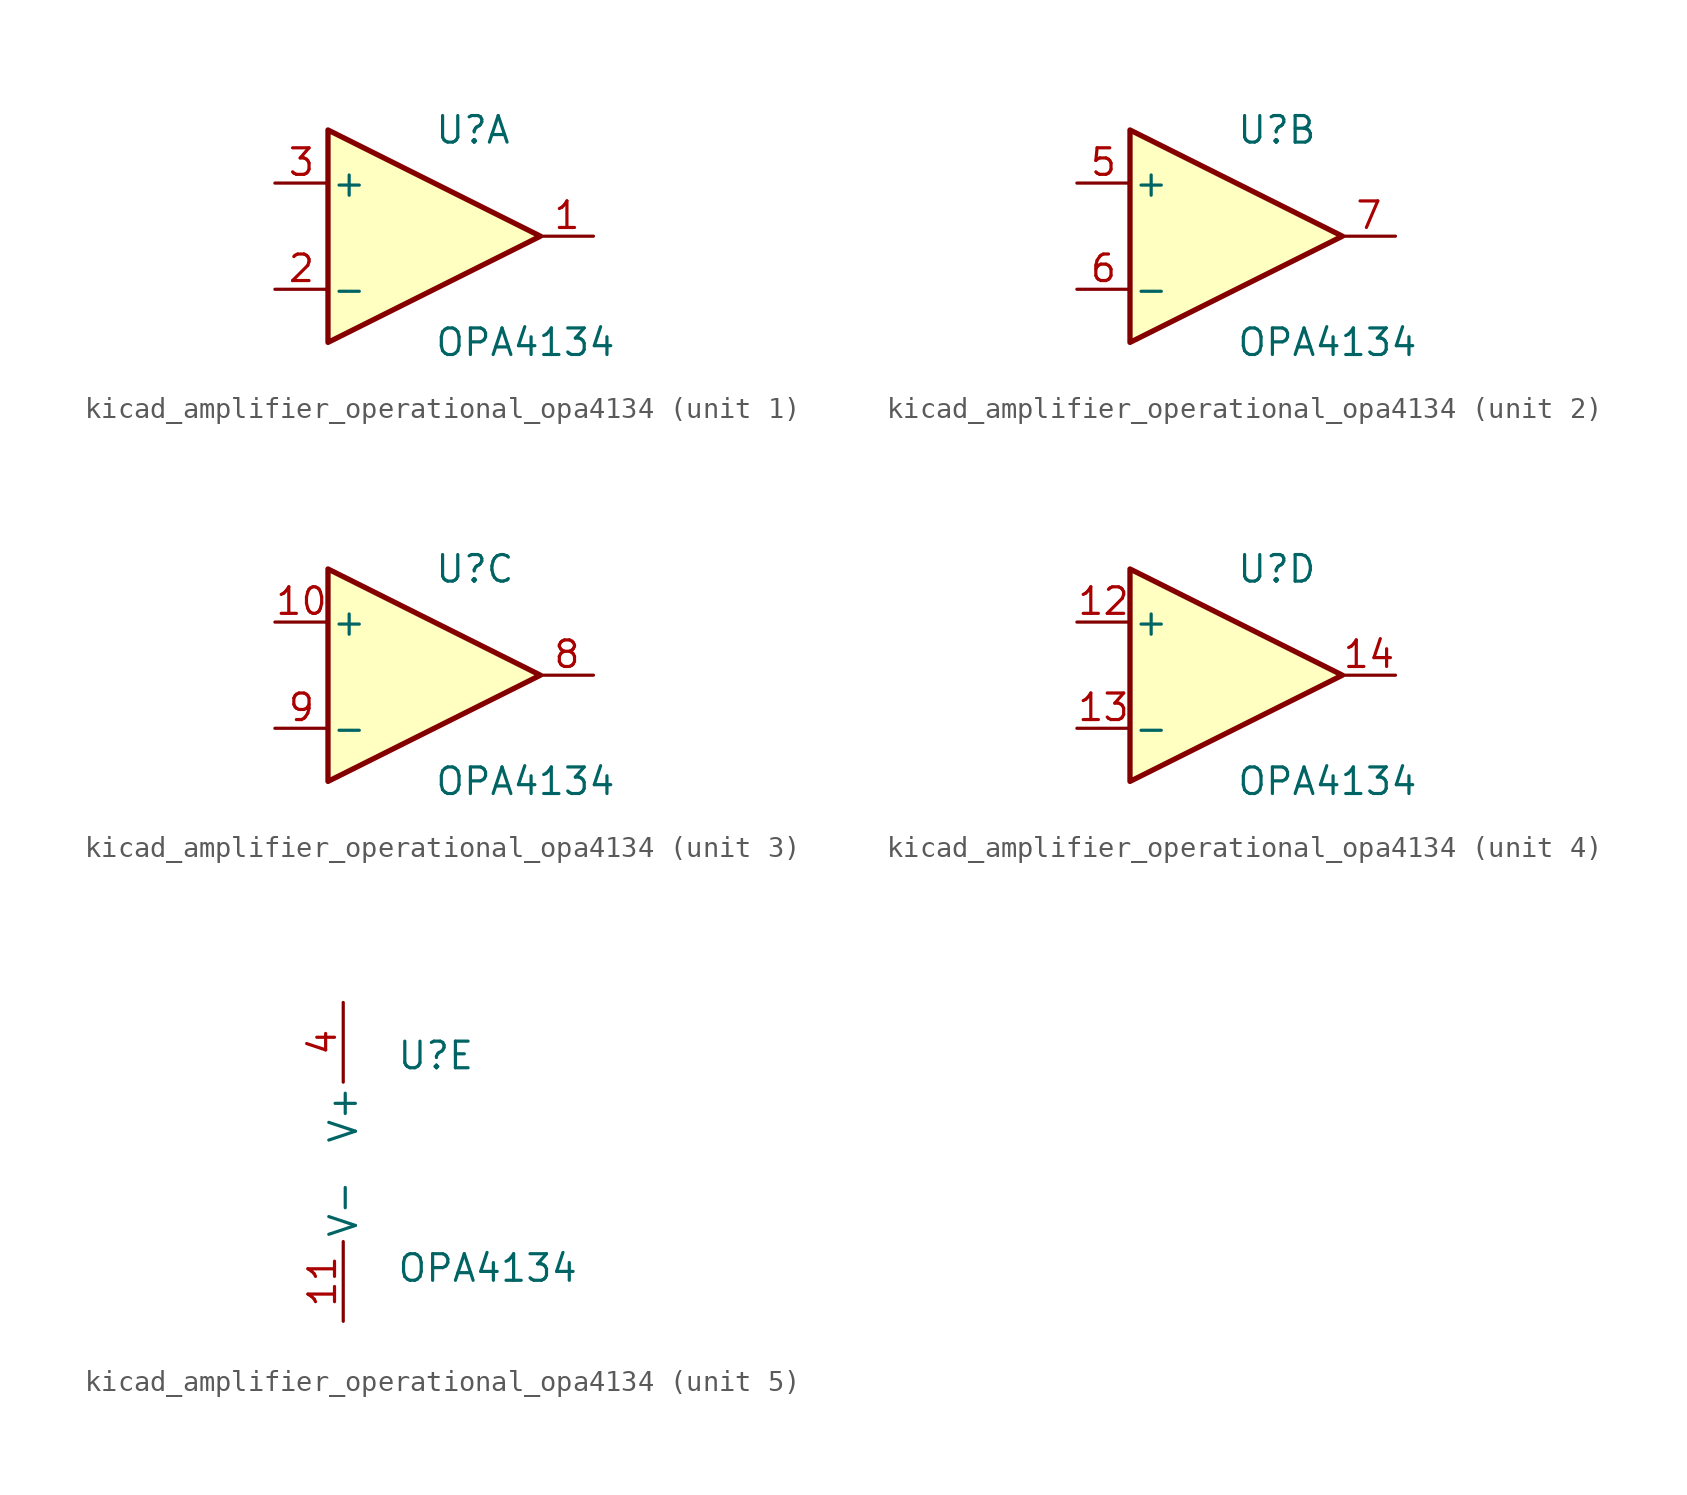
<source format=kicad_sym>
(kicad_symbol_lib
  (version 20220914)
  (generator kicad_symbol_editor)
  (symbol "kicad_amplifier_operational_opa4134"
    (pin_names
      (offset 0.127))
    (property "Reference" "U"
      (at 0 5.08 0)
      (effects (font (size 1.27 1.27)) (justify left)))
    (property "Value" "OPA4134"
      (at 0 -5.08 0)
      (effects (font (size 1.27 1.27)) (justify left)))
    (property "ki_locked" ""
      (at 0 0 0)
      (effects (font (size 1.27 1.27))))
    (symbol "kicad_amplifier_operational_opa4134_1_1"
      (polyline (pts (xy -5.08 5.08) (xy 5.08 0) (xy -5.08 -5.08) (xy -5.08 5.08)) (stroke (width 0.254) (type default)) (fill (type background)))
      (pin output line (at 7.62 0 180) (length 2.54) (name "~" (effects (font (size 1.27 1.27)))) (number "1" (effects (font (size 1.27 1.27)))))
      (pin input line (at -7.62 -2.54 0) (length 2.54) (name "-" (effects (font (size 1.27 1.27)))) (number "2" (effects (font (size 1.27 1.27)))))
      (pin input line (at -7.62 2.54 0) (length 2.54) (name "+" (effects (font (size 1.27 1.27)))) (number "3" (effects (font (size 1.27 1.27))))))
    (symbol "kicad_amplifier_operational_opa4134_2_1"
      (polyline (pts (xy -5.08 5.08) (xy 5.08 0) (xy -5.08 -5.08) (xy -5.08 5.08)) (stroke (width 0.254) (type default)) (fill (type background)))
      (pin input line (at -7.62 2.54 0) (length 2.54) (name "+" (effects (font (size 1.27 1.27)))) (number "5" (effects (font (size 1.27 1.27)))))
      (pin input line (at -7.62 -2.54 0) (length 2.54) (name "-" (effects (font (size 1.27 1.27)))) (number "6" (effects (font (size 1.27 1.27)))))
      (pin output line (at 7.62 0 180) (length 2.54) (name "~" (effects (font (size 1.27 1.27)))) (number "7" (effects (font (size 1.27 1.27))))))
    (symbol "kicad_amplifier_operational_opa4134_3_1"
      (polyline (pts (xy -5.08 5.08) (xy 5.08 0) (xy -5.08 -5.08) (xy -5.08 5.08)) (stroke (width 0.254) (type default)) (fill (type background)))
      (pin input line (at -7.62 2.54 0) (length 2.54) (name "+" (effects (font (size 1.27 1.27)))) (number "10" (effects (font (size 1.27 1.27)))))
      (pin output line (at 7.62 0 180) (length 2.54) (name "~" (effects (font (size 1.27 1.27)))) (number "8" (effects (font (size 1.27 1.27)))))
      (pin input line (at -7.62 -2.54 0) (length 2.54) (name "-" (effects (font (size 1.27 1.27)))) (number "9" (effects (font (size 1.27 1.27))))))
    (symbol "kicad_amplifier_operational_opa4134_4_1"
      (polyline (pts (xy -5.08 5.08) (xy 5.08 0) (xy -5.08 -5.08) (xy -5.08 5.08)) (stroke (width 0.254) (type default)) (fill (type background)))
      (pin input line (at -7.62 2.54 0) (length 2.54) (name "+" (effects (font (size 1.27 1.27)))) (number "12" (effects (font (size 1.27 1.27)))))
      (pin input line (at -7.62 -2.54 0) (length 2.54) (name "-" (effects (font (size 1.27 1.27)))) (number "13" (effects (font (size 1.27 1.27)))))
      (pin output line (at 7.62 0 180) (length 2.54) (name "~" (effects (font (size 1.27 1.27)))) (number "14" (effects (font (size 1.27 1.27))))))
    (symbol "kicad_amplifier_operational_opa4134_5_1"
      (pin power_in line (at -2.54 -7.62 90) (length 3.81) (name "V-" (effects (font (size 1.27 1.27)))) (number "11" (effects (font (size 1.27 1.27)))))
      (pin power_in line (at -2.54 7.62 270) (length 3.81) (name "V+" (effects (font (size 1.27 1.27)))) (number "4" (effects (font (size 1.27 1.27))))))))
</source>
